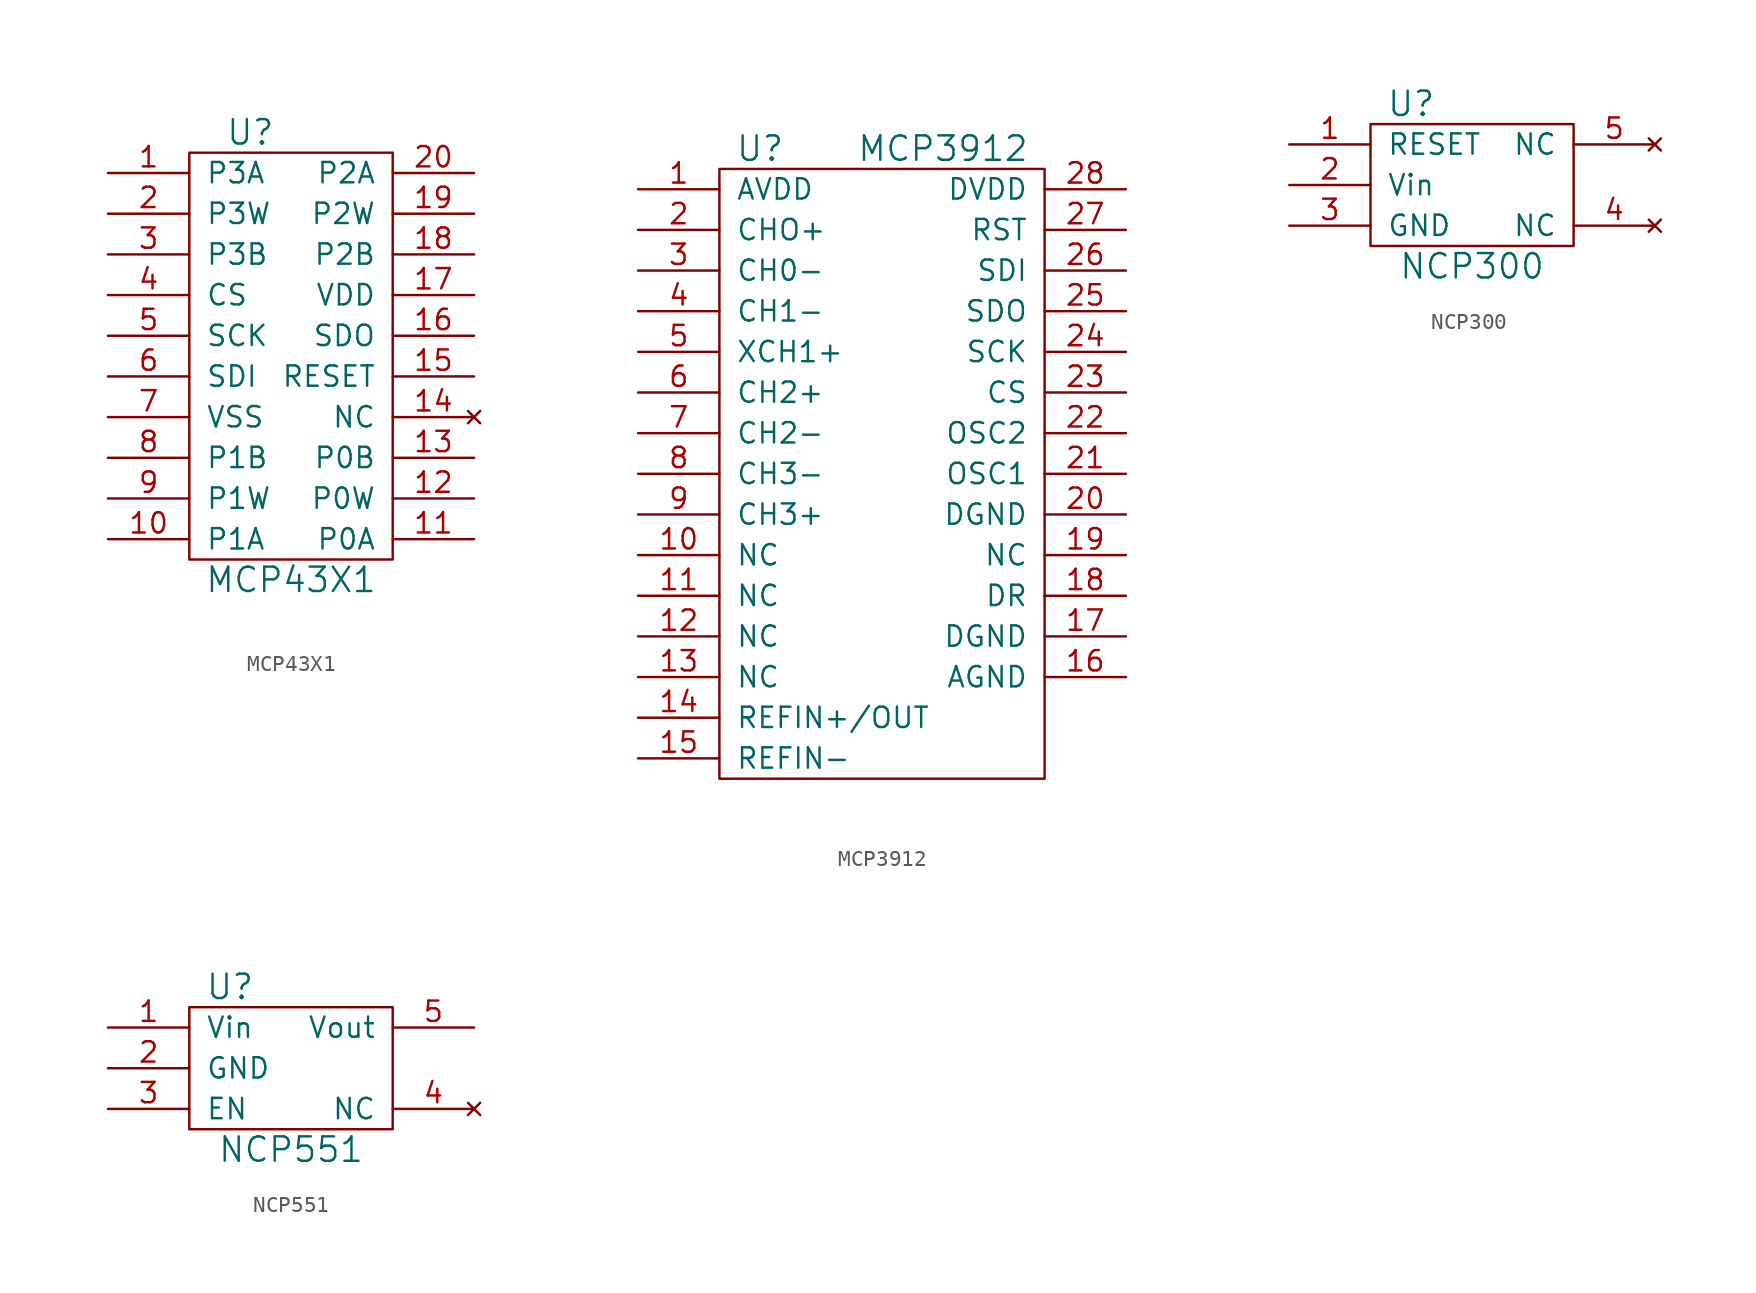
<source format=kicad_sym>
(kicad_symbol_lib
  (version 20231120)
  (generator "kicad_symbol_editor")
  (generator_version "8.0")
  (symbol "MCP43X1"
    (pin_names
      (offset 1.016))
    (property "Reference" "U"
      (at -2.54 13.97 0)
      (effects (font (size 1.524 1.524))))
    (property "Value" "MCP43X1"
      (at 0 -13.97 0)
      (effects (font (size 1.524 1.524))))
    (property "Footprint" ""
      (at -2.54 13.97 0)
      (effects (font (size 1.524 1.524))))
    (property "Datasheet" ""
      (at -2.54 13.97 0)
      (effects (font (size 1.524 1.524))))
    (symbol "MCP43X1_0_1"
      (rectangle (start -6.35 12.7) (end 6.35 -12.7) (stroke (width 0) (type solid)) (fill (type none))))
    (symbol "MCP43X1_1_1"
      (pin bidirectional line (at -11.43 11.43 0) (length 5.08) (name "P3A" (effects (font (size 1.27 1.27)))) (number "1" (effects (font (size 1.27 1.27)))))
      (pin bidirectional line (at -11.43 -11.43 0) (length 5.08) (name "P1A" (effects (font (size 1.27 1.27)))) (number "10" (effects (font (size 1.27 1.27)))))
      (pin bidirectional line (at 11.43 -11.43 180) (length 5.08) (name "P0A" (effects (font (size 1.27 1.27)))) (number "11" (effects (font (size 1.27 1.27)))))
      (pin bidirectional line (at 11.43 -8.89 180) (length 5.08) (name "P0W" (effects (font (size 1.27 1.27)))) (number "12" (effects (font (size 1.27 1.27)))))
      (pin bidirectional line (at 11.43 -6.35 180) (length 5.08) (name "P0B" (effects (font (size 1.27 1.27)))) (number "13" (effects (font (size 1.27 1.27)))))
      (pin no_connect line (at 11.43 -3.81 180) (length 5.08) (name "NC" (effects (font (size 1.27 1.27)))) (number "14" (effects (font (size 1.27 1.27)))))
      (pin input line (at 11.43 -1.27 180) (length 5.08) (name "RESET" (effects (font (size 1.27 1.27)))) (number "15" (effects (font (size 1.27 1.27)))))
      (pin output line (at 11.43 1.27 180) (length 5.08) (name "SDO" (effects (font (size 1.27 1.27)))) (number "16" (effects (font (size 1.27 1.27)))))
      (pin power_in line (at 11.43 3.81 180) (length 5.08) (name "VDD" (effects (font (size 1.27 1.27)))) (number "17" (effects (font (size 1.27 1.27)))))
      (pin bidirectional line (at 11.43 6.35 180) (length 5.08) (name "P2B" (effects (font (size 1.27 1.27)))) (number "18" (effects (font (size 1.27 1.27)))))
      (pin bidirectional line (at 11.43 8.89 180) (length 5.08) (name "P2W" (effects (font (size 1.27 1.27)))) (number "19" (effects (font (size 1.27 1.27)))))
      (pin bidirectional line (at -11.43 8.89 0) (length 5.08) (name "P3W" (effects (font (size 1.27 1.27)))) (number "2" (effects (font (size 1.27 1.27)))))
      (pin bidirectional line (at 11.43 11.43 180) (length 5.08) (name "P2A" (effects (font (size 1.27 1.27)))) (number "20" (effects (font (size 1.27 1.27)))))
      (pin bidirectional line (at -11.43 6.35 0) (length 5.08) (name "P3B" (effects (font (size 1.27 1.27)))) (number "3" (effects (font (size 1.27 1.27)))))
      (pin input line (at -11.43 3.81 0) (length 5.08) (name "CS" (effects (font (size 1.27 1.27)))) (number "4" (effects (font (size 1.27 1.27)))))
      (pin input line (at -11.43 1.27 0) (length 5.08) (name "SCK" (effects (font (size 1.27 1.27)))) (number "5" (effects (font (size 1.27 1.27)))))
      (pin input line (at -11.43 -1.27 0) (length 5.08) (name "SDI" (effects (font (size 1.27 1.27)))) (number "6" (effects (font (size 1.27 1.27)))))
      (pin power_in line (at -11.43 -3.81 0) (length 5.08) (name "VSS" (effects (font (size 1.27 1.27)))) (number "7" (effects (font (size 1.27 1.27)))))
      (pin bidirectional line (at -11.43 -6.35 0) (length 5.08) (name "P1B" (effects (font (size 1.27 1.27)))) (number "8" (effects (font (size 1.27 1.27)))))
      (pin bidirectional line (at -11.43 -8.89 0) (length 5.08) (name "P1W" (effects (font (size 1.27 1.27)))) (number "9" (effects (font (size 1.27 1.27)))))))
  (symbol "MCP3912"
    (pin_names
      (offset 1.016))
    (property "Reference" "U"
      (at -7.62 19.05 0)
      (effects (font (size 1.524 1.524))))
    (property "Value" "MCP3912"
      (at 3.81 19.05 0)
      (effects (font (size 1.524 1.524))))
    (property "Footprint" ""
      (at 2.54 0 0)
      (effects (font (size 1.524 1.524))))
    (property "Datasheet" ""
      (at 2.54 0 0)
      (effects (font (size 1.524 1.524))))
    (symbol "MCP3912_0_1"
      (rectangle (start -10.16 17.78) (end 10.16 -20.32) (stroke (width 0) (type solid)) (fill (type none))))
    (symbol "MCP3912_1_1"
      (pin power_in line (at -15.24 16.51 0) (length 5.08) (name "AVDD" (effects (font (size 1.27 1.27)))) (number "1" (effects (font (size 1.27 1.27)))))
      (pin input line (at -15.24 -6.35 0) (length 5.08) (name "NC" (effects (font (size 1.27 1.27)))) (number "10" (effects (font (size 1.27 1.27)))))
      (pin input line (at -15.24 -8.89 0) (length 5.08) (name "NC" (effects (font (size 1.27 1.27)))) (number "11" (effects (font (size 1.27 1.27)))))
      (pin input line (at -15.24 -11.43 0) (length 5.08) (name "NC" (effects (font (size 1.27 1.27)))) (number "12" (effects (font (size 1.27 1.27)))))
      (pin input line (at -15.24 -13.97 0) (length 5.08) (name "NC" (effects (font (size 1.27 1.27)))) (number "13" (effects (font (size 1.27 1.27)))))
      (pin input line (at -15.24 -16.51 0) (length 5.08) (name "REFIN+/OUT" (effects (font (size 1.27 1.27)))) (number "14" (effects (font (size 1.27 1.27)))))
      (pin input line (at -15.24 -19.05 0) (length 5.08) (name "REFIN-" (effects (font (size 1.27 1.27)))) (number "15" (effects (font (size 1.27 1.27)))))
      (pin power_in line (at 15.24 -13.97 180) (length 5.08) (name "AGND" (effects (font (size 1.27 1.27)))) (number "16" (effects (font (size 1.27 1.27)))))
      (pin power_in line (at 15.24 -11.43 180) (length 5.08) (name "DGND" (effects (font (size 1.27 1.27)))) (number "17" (effects (font (size 1.27 1.27)))))
      (pin power_in line (at 15.24 -8.89 180) (length 5.08) (name "DR" (effects (font (size 1.27 1.27)))) (number "18" (effects (font (size 1.27 1.27)))))
      (pin power_in line (at 15.24 -6.35 180) (length 5.08) (name "NC" (effects (font (size 1.27 1.27)))) (number "19" (effects (font (size 1.27 1.27)))))
      (pin input line (at -15.24 13.97 0) (length 5.08) (name "CHO+" (effects (font (size 1.27 1.27)))) (number "2" (effects (font (size 1.27 1.27)))))
      (pin power_in line (at 15.24 -3.81 180) (length 5.08) (name "DGND" (effects (font (size 1.27 1.27)))) (number "20" (effects (font (size 1.27 1.27)))))
      (pin input line (at 15.24 -1.27 180) (length 5.08) (name "OSC1" (effects (font (size 1.27 1.27)))) (number "21" (effects (font (size 1.27 1.27)))))
      (pin input line (at 15.24 1.27 180) (length 5.08) (name "OSC2" (effects (font (size 1.27 1.27)))) (number "22" (effects (font (size 1.27 1.27)))))
      (pin input line (at 15.24 3.81 180) (length 5.08) (name "CS" (effects (font (size 1.27 1.27)))) (number "23" (effects (font (size 1.27 1.27)))))
      (pin input line (at 15.24 6.35 180) (length 5.08) (name "SCK" (effects (font (size 1.27 1.27)))) (number "24" (effects (font (size 1.27 1.27)))))
      (pin output line (at 15.24 8.89 180) (length 5.08) (name "SDO" (effects (font (size 1.27 1.27)))) (number "25" (effects (font (size 1.27 1.27)))))
      (pin input line (at 15.24 11.43 180) (length 5.08) (name "SDI" (effects (font (size 1.27 1.27)))) (number "26" (effects (font (size 1.27 1.27)))))
      (pin input line (at 15.24 13.97 180) (length 5.08) (name "RST" (effects (font (size 1.27 1.27)))) (number "27" (effects (font (size 1.27 1.27)))))
      (pin power_in line (at 15.24 16.51 180) (length 5.08) (name "DVDD" (effects (font (size 1.27 1.27)))) (number "28" (effects (font (size 1.27 1.27)))))
      (pin input line (at -15.24 11.43 0) (length 5.08) (name "CH0-" (effects (font (size 1.27 1.27)))) (number "3" (effects (font (size 1.27 1.27)))))
      (pin input line (at -15.24 8.89 0) (length 5.08) (name "CH1-" (effects (font (size 1.27 1.27)))) (number "4" (effects (font (size 1.27 1.27)))))
      (pin input line (at -15.24 6.35 0) (length 5.08) (name "XCH1+" (effects (font (size 1.27 1.27)))) (number "5" (effects (font (size 1.27 1.27)))))
      (pin input line (at -15.24 3.81 0) (length 5.08) (name "CH2+" (effects (font (size 1.27 1.27)))) (number "6" (effects (font (size 1.27 1.27)))))
      (pin input line (at -15.24 1.27 0) (length 5.08) (name "CH2-" (effects (font (size 1.27 1.27)))) (number "7" (effects (font (size 1.27 1.27)))))
      (pin input line (at -15.24 -1.27 0) (length 5.08) (name "CH3-" (effects (font (size 1.27 1.27)))) (number "8" (effects (font (size 1.27 1.27)))))
      (pin input line (at -15.24 -3.81 0) (length 5.08) (name "CH3+" (effects (font (size 1.27 1.27)))) (number "9" (effects (font (size 1.27 1.27)))))))
  (symbol "NCP300"
    (pin_names
      (offset 1.016))
    (property "Reference" "U"
      (at -3.81 5.08 0)
      (effects (font (size 1.524 1.524))))
    (property "Value" "NCP300"
      (at 0 -5.08 0)
      (effects (font (size 1.524 1.524))))
    (property "Footprint" ""
      (at 2.54 0 0)
      (effects (font (size 1.524 1.524))))
    (property "Datasheet" ""
      (at 2.54 0 0)
      (effects (font (size 1.524 1.524))))
    (symbol "NCP300_0_1"
      (rectangle (start -6.35 3.81) (end 6.35 -3.81) (stroke (width 0) (type solid)) (fill (type none))))
    (symbol "NCP300_1_1"
      (pin output line (at -11.43 2.54 0) (length 5.08) (name "RESET" (effects (font (size 1.27 1.27)))) (number "1" (effects (font (size 1.27 1.27)))))
      (pin power_in line (at -11.43 0 0) (length 5.08) (name "Vin" (effects (font (size 1.27 1.27)))) (number "2" (effects (font (size 1.27 1.27)))))
      (pin power_in line (at -11.43 -2.54 0) (length 5.08) (name "GND" (effects (font (size 1.27 1.27)))) (number "3" (effects (font (size 1.27 1.27)))))
      (pin no_connect line (at 11.43 -2.54 180) (length 5.08) (name "NC" (effects (font (size 1.27 1.27)))) (number "4" (effects (font (size 1.27 1.27)))))
      (pin no_connect line (at 11.43 2.54 180) (length 5.08) (name "NC" (effects (font (size 1.27 1.27)))) (number "5" (effects (font (size 1.27 1.27)))))))
  (symbol "NCP551"
    (pin_names
      (offset 1.016))
    (property "Reference" "U"
      (at -3.81 5.08 0)
      (effects (font (size 1.524 1.524))))
    (property "Value" "NCP551"
      (at 0 -5.08 0)
      (effects (font (size 1.524 1.524))))
    (property "Footprint" ""
      (at 2.54 0 0)
      (effects (font (size 1.524 1.524))))
    (property "Datasheet" ""
      (at 2.54 0 0)
      (effects (font (size 1.524 1.524))))
    (symbol "NCP551_0_1"
      (rectangle (start -6.35 3.81) (end 6.35 -3.81) (stroke (width 0) (type solid)) (fill (type none))))
    (symbol "NCP551_1_1"
      (pin power_in line (at -11.43 2.54 0) (length 5.08) (name "Vin" (effects (font (size 1.27 1.27)))) (number "1" (effects (font (size 1.27 1.27)))))
      (pin power_in line (at -11.43 0 0) (length 5.08) (name "GND" (effects (font (size 1.27 1.27)))) (number "2" (effects (font (size 1.27 1.27)))))
      (pin input line (at -11.43 -2.54 0) (length 5.08) (name "EN" (effects (font (size 1.27 1.27)))) (number "3" (effects (font (size 1.27 1.27)))))
      (pin no_connect line (at 11.43 -2.54 180) (length 5.08) (name "NC" (effects (font (size 1.27 1.27)))) (number "4" (effects (font (size 1.27 1.27)))))
      (pin power_out line (at 11.43 2.54 180) (length 5.08) (name "Vout" (effects (font (size 1.27 1.27)))) (number "5" (effects (font (size 1.27 1.27))))))))
</source>
